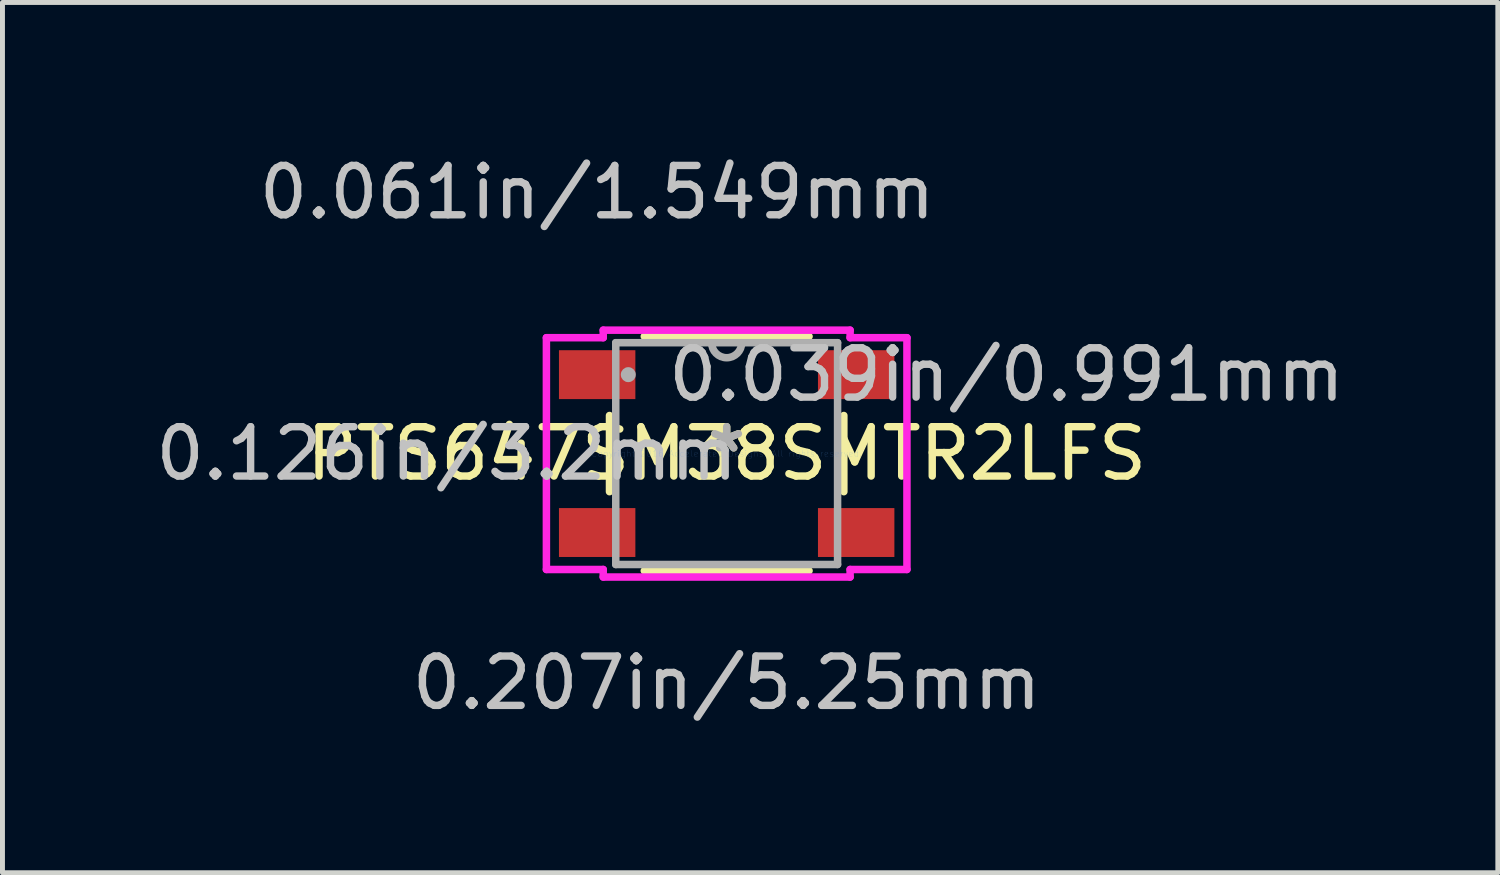
<source format=kicad_pcb>
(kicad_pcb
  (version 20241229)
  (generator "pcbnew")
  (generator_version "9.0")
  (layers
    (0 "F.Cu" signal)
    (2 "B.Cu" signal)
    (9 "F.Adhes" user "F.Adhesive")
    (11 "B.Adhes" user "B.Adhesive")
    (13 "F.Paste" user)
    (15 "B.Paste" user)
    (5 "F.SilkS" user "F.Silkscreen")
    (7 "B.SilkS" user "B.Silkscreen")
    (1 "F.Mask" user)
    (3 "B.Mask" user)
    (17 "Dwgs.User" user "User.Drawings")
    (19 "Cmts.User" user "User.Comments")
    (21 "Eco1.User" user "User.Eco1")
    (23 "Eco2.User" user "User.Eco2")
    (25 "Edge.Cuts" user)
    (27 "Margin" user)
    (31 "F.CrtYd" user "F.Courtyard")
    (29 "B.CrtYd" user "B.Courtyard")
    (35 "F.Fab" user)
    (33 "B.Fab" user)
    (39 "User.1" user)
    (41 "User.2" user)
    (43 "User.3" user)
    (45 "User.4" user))
  (footprint "PTS647SM38SMTR2LFS"
    (layer "F.Cu")
    (at 11.679 6.144)
    (property "Reference" "PTS647SM38SMTR2LFS" (at 0 0 0) (layer "F.SilkS") (effects (font (size 1 1) (thickness 0.15))))
    (attr through_hole)
    (fp_line (start -2.375 -0.772) (end -2.375 0.772) (stroke (width 0.152) (type solid)) (layer "F.SilkS"))
    (fp_line (start -1.67 2.375) (end 1.67 2.375) (stroke (width 0.152) (type solid)) (layer "F.SilkS"))
    (fp_line (start 1.67 -2.375) (end -1.67 -2.375) (stroke (width 0.152) (type solid)) (layer "F.SilkS"))
    (fp_line (start 2.375 0.772) (end 2.375 -0.772) (stroke (width 0.152) (type solid)) (layer "F.SilkS"))
    (fp_line (start -3.654 -2.349) (end -2.502 -2.349) (stroke (width 0.152) (type solid)) (layer "F.CrtYd"))
    (fp_line (start -3.654 2.349) (end -3.654 -2.349) (stroke (width 0.152) (type solid)) (layer "F.CrtYd"))
    (fp_line (start -2.502 -2.502) (end 2.502 -2.502) (stroke (width 0.152) (type solid)) (layer "F.CrtYd"))
    (fp_line (start -2.502 -2.349) (end -2.502 -2.502) (stroke (width 0.152) (type solid)) (layer "F.CrtYd"))
    (fp_line (start -2.502 2.349) (end -3.654 2.349) (stroke (width 0.152) (type solid)) (layer "F.CrtYd"))
    (fp_line (start -2.502 2.502) (end -2.502 2.349) (stroke (width 0.152) (type solid)) (layer "F.CrtYd"))
    (fp_line (start 2.502 -2.502) (end 2.502 -2.349) (stroke (width 0.152) (type solid)) (layer "F.CrtYd"))
    (fp_line (start 2.502 -2.349) (end 3.654 -2.349) (stroke (width 0.152) (type solid)) (layer "F.CrtYd"))
    (fp_line (start 2.502 2.349) (end 2.502 2.502) (stroke (width 0.152) (type solid)) (layer "F.CrtYd"))
    (fp_line (start 2.502 2.502) (end -2.502 2.502) (stroke (width 0.152) (type solid)) (layer "F.CrtYd"))
    (fp_line (start 3.654 -2.349) (end 3.654 2.349) (stroke (width 0.152) (type solid)) (layer "F.CrtYd"))
    (fp_line (start 3.654 2.349) (end 2.502 2.349) (stroke (width 0.152) (type solid)) (layer "F.CrtYd"))
    (fp_line (start -2.248 -2.248) (end -2.248 2.248) (stroke (width 0.152) (type solid)) (layer "F.Fab"))
    (fp_line (start -2.248 2.248) (end 2.248 2.248) (stroke (width 0.152) (type solid)) (layer "F.Fab"))
    (fp_line (start 2.248 -2.248) (end -2.248 -2.248) (stroke (width 0.152) (type solid)) (layer "F.Fab"))
    (fp_line (start 2.248 2.248) (end 2.248 -2.248) (stroke (width 0.152) (type solid)) (layer "F.Fab"))
    (fp_arc (start 0.3048 -2.2479) (mid 0 -1.9431) (end -0.3048 -2.2479) (stroke (width 0.1524) (type solid)) (layer "F.Fab"))
    (fp_circle (center -1.994 -1.6) (end -1.994 -1.6) (stroke (width 0.152) (type solid)) (fill no) (layer "F.Fab"))
    (fp_text user "*" (at 0 0 0) (layer "F.SilkS") (effects (font (size 1 1) (thickness 0.15))))
    (fp_text user "0.126in/3.2mm" (at -5.673 0 0) (layer "Dwgs.User") (effects (font (size 1 1) (thickness 0.15))))
    (fp_text user "0.207in/5.25mm" (at 0 4.648 0) (layer "Dwgs.User") (effects (font (size 1 1) (thickness 0.15))))
    (fp_text user "0.039in/0.991mm" (at 5.673 -1.6 0) (layer "Dwgs.User") (effects (font (size 1 1) (thickness 0.15))))
    (fp_text user "0.061in/1.549mm" (at -2.625 -5.296 0) (layer "Dwgs.User") (effects (font (size 1 1) (thickness 0.15))))
    (fp_text user "Copyright 2016 Accelerated Designs. All rights reserved." (at 0 0 0) (layer "Cmts.User") (effects (font (size 0.127 0.127) (thickness 0.002))))
    (fp_text user "*" (at 0 0 0) (layer "F.Fab") (effects (font (size 1 1) (thickness 0.15))))
    (pad "1" smd rect (at -2.625 -1.6) (size 1.549 0.991) (layers "F.Cu" "F.Mask" "F.Paste"))
    (pad "2" smd rect (at 2.625 -1.6) (size 1.549 0.991) (layers "F.Cu" "F.Mask" "F.Paste"))
    (pad "3" smd rect (at -2.625 1.6) (size 1.549 0.991) (layers "F.Cu" "F.Mask" "F.Paste"))
    (pad "4" smd rect (at 2.625 1.6) (size 1.549 0.991) (layers "F.Cu" "F.Mask" "F.Paste")))
  (gr_rect
    (start -3 -3)
    (end 27.31 14.64)
    (stroke (width 0.1) (type default))
    (fill no)
    (layer "Edge.Cuts")))
</source>
